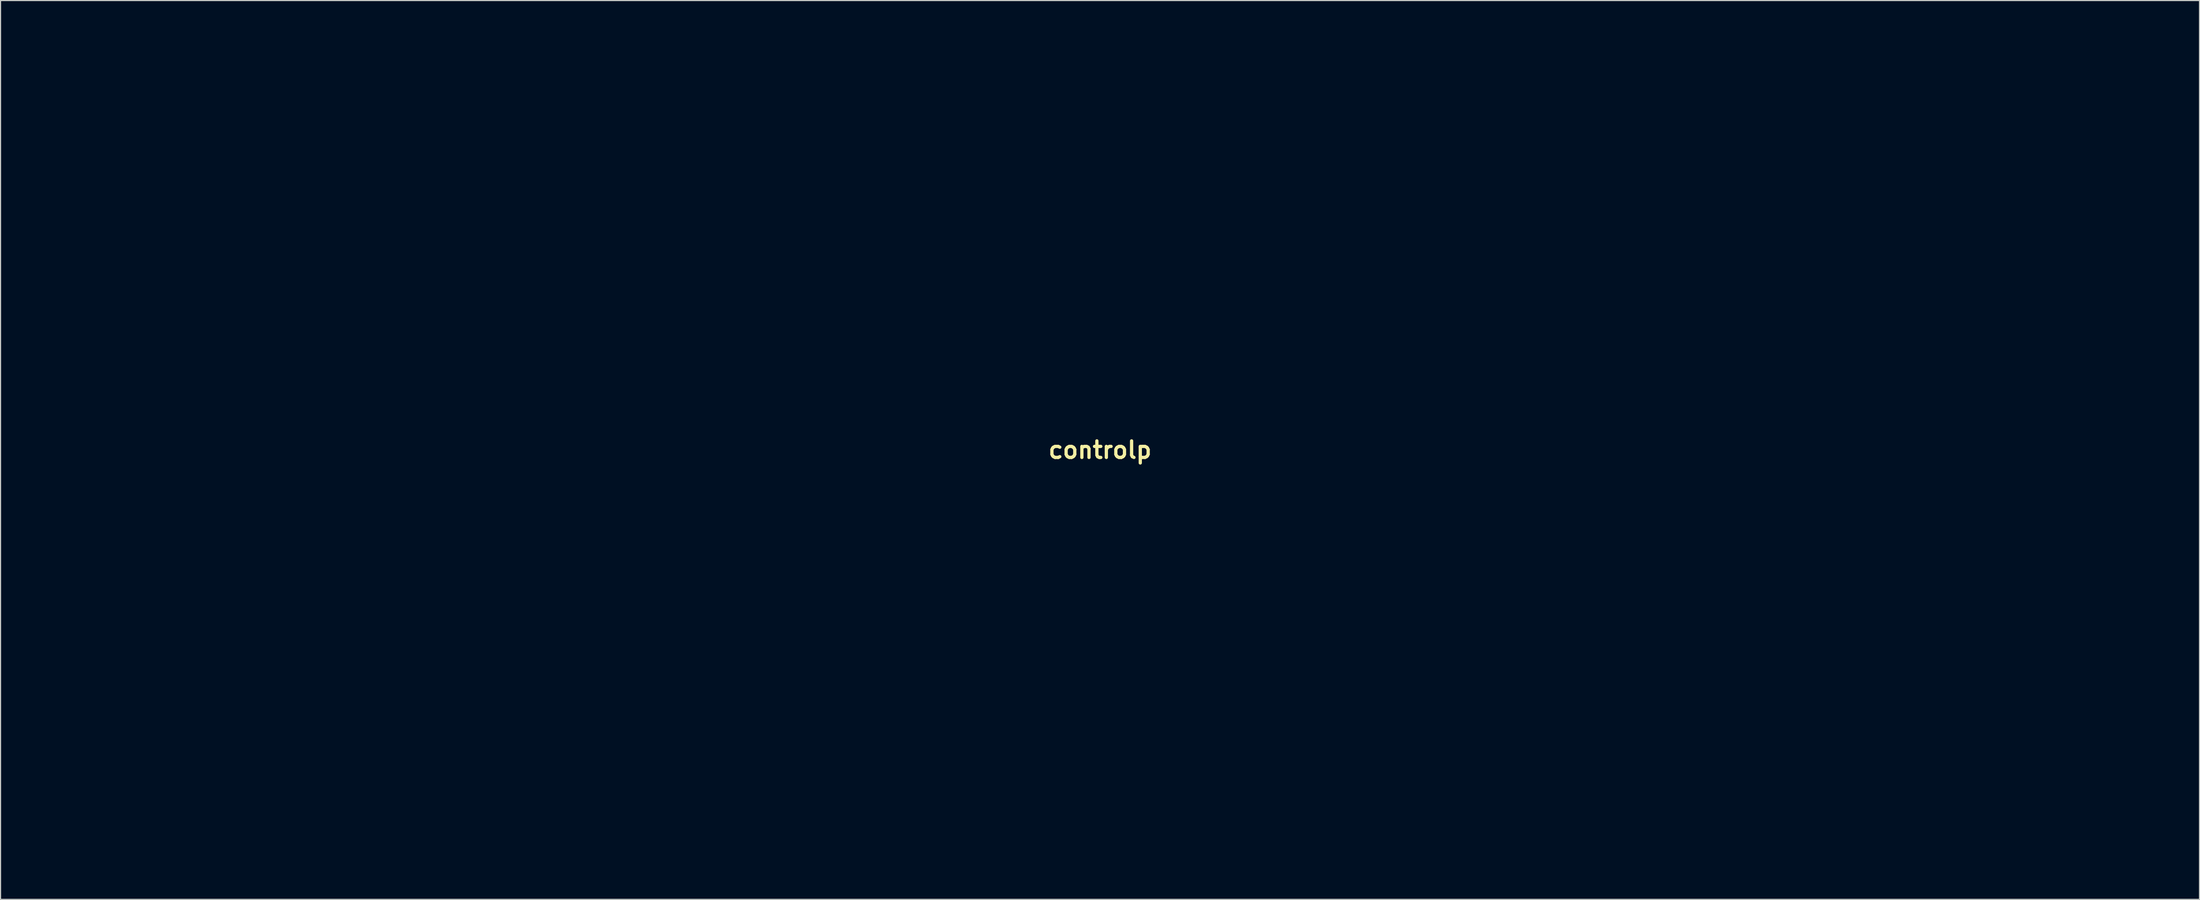
<source format=kicad_pcb>
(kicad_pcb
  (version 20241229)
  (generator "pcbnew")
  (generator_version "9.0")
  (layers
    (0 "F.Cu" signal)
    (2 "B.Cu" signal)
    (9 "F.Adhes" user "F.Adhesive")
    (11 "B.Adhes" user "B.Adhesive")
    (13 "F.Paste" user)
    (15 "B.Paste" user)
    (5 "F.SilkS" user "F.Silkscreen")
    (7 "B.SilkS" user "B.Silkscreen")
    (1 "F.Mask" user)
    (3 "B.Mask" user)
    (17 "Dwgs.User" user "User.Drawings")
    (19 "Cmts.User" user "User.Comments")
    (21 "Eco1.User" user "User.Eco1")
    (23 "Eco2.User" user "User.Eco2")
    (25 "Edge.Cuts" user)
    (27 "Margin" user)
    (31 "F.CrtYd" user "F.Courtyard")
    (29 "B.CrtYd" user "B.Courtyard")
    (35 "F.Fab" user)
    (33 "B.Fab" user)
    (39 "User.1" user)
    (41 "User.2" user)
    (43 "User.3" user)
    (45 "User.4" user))
  (footprint "controlp"
    (layer "F.Cu")
    (at 98.134 38.38)
    (property "Reference" "controlp" (at 0 0 0) (layer "F.SilkS") (effects (font (size 1.524 1.524) (thickness 0.3))))
    (attr through_hole)
    (fp_poly (pts (xy 98.129 38.375) (xy -98.129 38.375) (xy -98.129 28.755) (xy -73.233 28.755) (xy -73.231 28.81) (xy -73.222 28.866) (xy -73.21 28.948) (xy -73.197 29.039) (xy -73.195 29.051) (xy -73.168 29.216) (xy -73.14 29.344) (xy -73.111 29.432) (xy -73.02 29.628) (xy -72.934 29.793) (xy -72.844 29.933) (xy -72.746 30.06) (xy -72.634 30.182) (xy -72.608 30.209) (xy -72.529 30.282) (xy -72.441 30.356) (xy -72.35 30.427) (xy -72.264 30.488) (xy -72.192 30.535) (xy -72.139 30.561) (xy -72.122 30.565) (xy -72.093 30.576) (xy -72.09 30.581) (xy -72.066 30.6) (xy -72.011 30.627) (xy -71.937 30.658) (xy -71.853 30.689) (xy -71.769 30.716) (xy -71.697 30.735) (xy -71.692 30.736) (xy -71.618 30.753) (xy -71.557 30.77) (xy -71.533 30.778) (xy -71.476 30.792) (xy -71.388 30.802) (xy -71.279 30.807) (xy -71.158 30.808) (xy -71.038 30.805) (xy -70.927 30.798) (xy -70.838 30.786) (xy -70.792 30.776) (xy -70.737 30.76) (xy -70.66 30.74) (xy -70.591 30.723) (xy -70.397 30.662) (xy -70.22 30.581) (xy -70.175 30.556) (xy -70.114 30.523) (xy -70.096 30.513) (xy -70.027 30.469) (xy -69.938 30.402) (xy -69.841 30.321) (xy -69.744 30.234) (xy -69.658 30.149) (xy -69.619 30.108) (xy -69.503 29.963) (xy -69.396 29.8) (xy -69.311 29.64) (xy -69.309 29.635) (xy -69.278 29.566) (xy -69.251 29.51) (xy -69.238 29.484) (xy -69.224 29.446) (xy -69.206 29.383) (xy -69.192 29.325) (xy -69.175 29.256) (xy -69.156 29.205) (xy -69.144 29.186) (xy -69.135 29.159) (xy -69.127 29.099) (xy -69.121 29.013) (xy -69.116 28.911) (xy -69.114 28.8) (xy -69.113 28.689) (xy -69.114 28.653) (xy 4.177 28.653) (xy 4.18 28.751) (xy 4.188 28.829) (xy 4.188 28.829) (xy 4.25 29.132) (xy 4.344 29.408) (xy 4.471 29.658) (xy 4.631 29.886) (xy 4.775 30.045) (xy 4.838 30.106) (xy 4.891 30.157) (xy 4.927 30.189) (xy 4.934 30.195) (xy 4.966 30.218) (xy 5.02 30.257) (xy 5.072 30.295) (xy 5.132 30.336) (xy 5.18 30.365) (xy 5.203 30.374) (xy 5.23 30.387) (xy 5.232 30.39) (xy 5.256 30.41) (xy 5.309 30.439) (xy 5.379 30.473) (xy 5.457 30.506) (xy 5.529 30.533) (xy 5.567 30.544) (xy 5.629 30.563) (xy 5.674 30.581) (xy 5.684 30.587) (xy 5.727 30.604) (xy 5.804 30.619) (xy 5.907 30.631) (xy 6.029 30.64) (xy 6.161 30.645) (xy 6.296 30.645) (xy 6.425 30.642) (xy 6.541 30.634) (xy 6.593 30.628) (xy 6.674 30.614) (xy 6.743 30.6) (xy 6.784 30.587) (xy 6.828 30.57) (xy 6.894 30.547) (xy 6.941 30.531) (xy 7.025 30.499) (xy 7.119 30.456) (xy 7.178 30.424) (xy 7.242 30.388) (xy 7.292 30.362) (xy 7.317 30.353) (xy 7.344 30.339) (xy 7.395 30.303) (xy 7.463 30.249) (xy 7.538 30.186) (xy 7.615 30.117) (xy 7.686 30.051) (xy 7.726 30.01) (xy 7.817 29.913) (xy 7.892 29.82) (xy 7.959 29.725) (xy 8.022 29.618) (xy 8.087 29.491) (xy 8.159 29.334) (xy 8.178 29.293) (xy 8.222 29.16) (xy 8.255 28.997) (xy 8.275 28.812) (xy 8.283 28.617) (xy 8.281 28.555) (xy 81.582 28.555) (xy 81.585 28.664) (xy 81.59 28.766) (xy 81.597 28.853) (xy 81.606 28.916) (xy 81.615 28.942) (xy 81.628 28.975) (xy 81.645 29.035) (xy 81.66 29.104) (xy 81.688 29.206) (xy 81.735 29.33) (xy 81.794 29.461) (xy 81.86 29.589) (xy 81.927 29.699) (xy 81.951 29.733) (xy 82.097 29.908) (xy 82.26 30.072) (xy 82.433 30.215) (xy 82.607 30.33) (xy 82.709 30.384) (xy 82.79 30.422) (xy 82.861 30.456) (xy 82.909 30.479) (xy 82.919 30.484) (xy 82.957 30.498) (xy 83.025 30.517) (xy 83.11 30.537) (xy 83.149 30.545) (xy 83.233 30.563) (xy 83.302 30.58) (xy 83.343 30.593) (xy 83.351 30.596) (xy 83.379 30.603) (xy 83.441 30.606) (xy 83.529 30.605) (xy 83.634 30.601) (xy 83.747 30.595) (xy 83.86 30.587) (xy 83.966 30.576) (xy 84.054 30.565) (xy 84.105 30.556) (xy 84.252 30.515) (xy 84.408 30.458) (xy 84.561 30.39) (xy 84.695 30.317) (xy 84.765 30.27) (xy 84.82 30.232) (xy 84.86 30.205) (xy 84.892 30.179) (xy 84.946 30.13) (xy 85.014 30.066) (xy 85.088 29.993) (xy 85.161 29.92) (xy 85.226 29.854) (xy 85.273 29.802) (xy 85.293 29.779) (xy 85.343 29.705) (xy 85.4 29.609) (xy 85.457 29.505) (xy 85.505 29.409) (xy 85.535 29.339) (xy 85.561 29.268) (xy 85.585 29.21) (xy 85.597 29.185) (xy 85.611 29.147) (xy 85.627 29.081) (xy 85.641 29.005) (xy 85.657 28.918) (xy 85.674 28.837) (xy 85.686 28.785) (xy 85.696 28.721) (xy 85.698 28.629) (xy 85.695 28.516) (xy 85.686 28.392) (xy 85.673 28.267) (xy 85.657 28.148) (xy 85.639 28.046) (xy 85.619 27.97) (xy 85.601 27.931) (xy 85.585 27.898) (xy 85.565 27.841) (xy 85.558 27.817) (xy 85.502 27.674) (xy 85.411 27.511) (xy 85.375 27.456) (xy 85.332 27.39) (xy 85.295 27.331) (xy 85.283 27.309) (xy 85.257 27.274) (xy 85.21 27.221) (xy 85.148 27.155) (xy 85.078 27.084) (xy 85.007 27.015) (xy 84.942 26.954) (xy 84.89 26.908) (xy 84.857 26.884) (xy 84.851 26.882) (xy 84.821 26.87) (xy 84.775 26.841) (xy 84.764 26.833) (xy 84.711 26.799) (xy 84.627 26.753) (xy 84.521 26.7) (xy 84.402 26.643) (xy 84.317 26.604) (xy 84.218 26.57) (xy 84.089 26.541) (xy 83.942 26.517) (xy 83.788 26.501) (xy 83.639 26.493) (xy 83.508 26.495) (xy 83.47 26.499) (xy 83.37 26.512) (xy 83.263 26.53) (xy 83.159 26.55) (xy 83.068 26.571) (xy 83 26.59) (xy 82.963 26.605) (xy 82.963 26.606) (xy 82.93 26.622) (xy 82.875 26.643) (xy 82.857 26.649) (xy 82.737 26.699) (xy 82.602 26.773) (xy 82.464 26.864) (xy 82.35 26.951) (xy 82.13 27.158) (xy 81.949 27.38) (xy 81.804 27.62) (xy 81.693 27.882) (xy 81.615 28.169) (xy 81.593 28.289) (xy 81.586 28.359) (xy 81.583 28.45) (xy 81.582 28.555) (xy 8.281 28.555) (xy 8.278 28.421) (xy 8.26 28.234) (xy 8.229 28.067) (xy 8.202 27.972) (xy 8.102 27.734) (xy 7.973 27.502) (xy 7.822 27.291) (xy 7.722 27.176) (xy 7.584 27.047) (xy 7.426 26.925) (xy 7.258 26.817) (xy 7.091 26.729) (xy 6.935 26.668) (xy 6.908 26.66) (xy 6.835 26.638) (xy 6.775 26.618) (xy 6.748 26.606) (xy 6.714 26.596) (xy 6.647 26.584) (xy 6.559 26.571) (xy 6.476 26.561) (xy 6.336 26.549) (xy 6.211 26.546) (xy 6.079 26.553) (xy 5.995 26.561) (xy 5.896 26.573) (xy 5.812 26.585) (xy 5.752 26.596) (xy 5.727 26.604) (xy 5.696 26.617) (xy 5.637 26.637) (xy 5.562 26.658) (xy 5.562 26.658) (xy 5.491 26.679) (xy 5.44 26.697) (xy 5.419 26.709) (xy 5.419 26.709) (xy 5.401 26.724) (xy 5.355 26.748) (xy 5.318 26.764) (xy 5.207 26.819) (xy 5.081 26.899) (xy 4.951 26.995) (xy 4.827 27.1) (xy 4.746 27.178) (xy 4.657 27.281) (xy 4.564 27.408) (xy 4.477 27.543) (xy 4.406 27.671) (xy 4.394 27.697) (xy 4.357 27.777) (xy 4.324 27.845) (xy 4.303 27.89) (xy 4.298 27.899) (xy 4.285 27.936) (xy 4.268 28) (xy 4.255 28.057) (xy 4.238 28.131) (xy 4.221 28.192) (xy 4.211 28.219) (xy 4.199 28.263) (xy 4.189 28.339) (xy 4.182 28.436) (xy 4.178 28.544) (xy 4.177 28.653) (xy -69.114 28.653) (xy -69.115 28.587) (xy -69.119 28.501) (xy -69.126 28.441) (xy -69.127 28.437) (xy -69.153 28.315) (xy -69.179 28.206) (xy -69.203 28.116) (xy -69.222 28.054) (xy -69.235 28.025) (xy -69.236 28.025) (xy -69.251 27.999) (xy -69.271 27.949) (xy -69.278 27.929) (xy -69.308 27.854) (xy -69.348 27.778) (xy -69.355 27.766) (xy -69.386 27.713) (xy -69.404 27.674) (xy -69.406 27.665) (xy -69.418 27.644) (xy -69.422 27.644) (xy -69.441 27.627) (xy -69.469 27.585) (xy -69.477 27.572) (xy -69.511 27.524) (xy -69.569 27.456) (xy -69.643 27.375) (xy -69.727 27.291) (xy -69.812 27.209) (xy -69.89 27.138) (xy -69.955 27.086) (xy -69.966 27.077) (xy -70.017 27.04) (xy -70.051 27.012) (xy -70.058 27.003) (xy -70.082 26.988) (xy -70.085 26.988) (xy -70.114 26.977) (xy -70.163 26.951) (xy -70.184 26.938) (xy -70.257 26.898) (xy -70.336 26.865) (xy -70.347 26.861) (xy -70.407 26.839) (xy -70.45 26.819) (xy -70.457 26.814) (xy -70.509 26.788) (xy -70.595 26.764) (xy -70.707 26.742) (xy -70.836 26.724) (xy -70.974 26.711) (xy -71.111 26.704) (xy -71.162 26.703) (xy -71.323 26.708) (xy -71.482 26.723) (xy -71.63 26.744) (xy -71.757 26.772) (xy -71.854 26.804) (xy -71.873 26.813) (xy -71.912 26.832) (xy -71.975 26.863) (xy -72.051 26.899) (xy -72.062 26.904) (xy -72.144 26.946) (xy -72.22 26.988) (xy -72.274 27.022) (xy -72.276 27.024) (xy -72.324 27.055) (xy -72.361 27.072) (xy -72.365 27.072) (xy -72.392 27.087) (xy -72.44 27.127) (xy -72.504 27.186) (xy -72.577 27.257) (xy -72.652 27.334) (xy -72.724 27.411) (xy -72.786 27.481) (xy -72.832 27.538) (xy -72.846 27.559) (xy -72.935 27.706) (xy -73.004 27.832) (xy -73.052 27.932) (xy -73.068 27.975) (xy -73.089 28.032) (xy -73.107 28.072) (xy -73.111 28.078) (xy -73.123 28.109) (xy -73.14 28.179) (xy -73.163 28.289) (xy -73.191 28.439) (xy -73.216 28.587) (xy -73.228 28.674) (xy -73.233 28.755) (xy -98.129 28.755) (xy -98.129 10.218) (xy -89.852 10.218) (xy -89.851 10.293) (xy -89.846 10.357) (xy -89.838 10.398) (xy -89.835 10.404) (xy -89.816 10.436) (xy -89.792 10.489) (xy -89.788 10.499) (xy -89.741 10.578) (xy -89.67 10.659) (xy -89.587 10.729) (xy -89.506 10.774) (xy -89.494 10.779) (xy -89.441 10.798) (xy -89.411 10.816) (xy -89.408 10.821) (xy -89.389 10.83) (xy -89.341 10.835) (xy -89.275 10.837) (xy -89.206 10.835) (xy -89.146 10.83) (xy -89.106 10.822) (xy -89.1 10.819) (xy -89.068 10.8) (xy -89.014 10.779) (xy -89.005 10.776) (xy -88.933 10.738) (xy -88.854 10.672) (xy -88.779 10.589) (xy -88.717 10.498) (xy -88.709 10.483) (xy -88.686 10.431) (xy -88.673 10.379) (xy -88.668 10.313) (xy -88.67 10.22) (xy -88.671 10.208) (xy -88.676 10.113) (xy 88.298 10.113) (xy 88.3 10.207) (xy 88.308 10.273) (xy 88.32 10.303) (xy 88.32 10.304) (xy 88.345 10.335) (xy 88.358 10.365) (xy 88.393 10.432) (xy 88.453 10.508) (xy 88.525 10.578) (xy 88.586 10.622) (xy 88.713 10.675) (xy 88.856 10.697) (xy 89.003 10.687) (xy 89.141 10.646) (xy 89.15 10.642) (xy 89.276 10.561) (xy 89.385 10.447) (xy 89.43 10.382) (xy 89.455 10.335) (xy 89.471 10.286) (xy 89.478 10.224) (xy 89.481 10.136) (xy 89.481 10.107) (xy 89.479 10.011) (xy 89.473 9.944) (xy 89.459 9.892) (xy 89.436 9.841) (xy 89.421 9.816) (xy 89.343 9.712) (xy 89.245 9.623) (xy 89.14 9.56) (xy 89.104 9.546) (xy 89.02 9.53) (xy 88.918 9.525) (xy 88.811 9.53) (xy 88.712 9.545) (xy 88.634 9.569) (xy 88.604 9.585) (xy 88.558 9.615) (xy 88.525 9.63) (xy 88.522 9.631) (xy 88.496 9.648) (xy 88.455 9.696) (xy 88.404 9.767) (xy 88.35 9.853) (xy 88.323 9.905) (xy 88.307 9.961) (xy 88.3 10.033) (xy 88.298 10.113) (xy -88.676 10.113) (xy -88.676 10.112) (xy -88.686 10.046) (xy -88.703 9.994) (xy -88.731 9.944) (xy -88.742 9.927) (xy -88.785 9.862) (xy -88.821 9.816) (xy -88.858 9.781) (xy -88.906 9.748) (xy -88.976 9.709) (xy -89.038 9.676) (xy -89.11 9.654) (xy -89.207 9.643) (xy -89.314 9.645) (xy -89.417 9.658) (xy -89.499 9.683) (xy -89.503 9.685) (xy -89.573 9.728) (xy -89.648 9.789) (xy -89.717 9.86) (xy -89.772 9.929) (xy -89.802 9.986) (xy -89.803 9.994) (xy -89.818 10.041) (xy -89.834 10.066) (xy -89.844 10.092) (xy -89.85 10.147) (xy -89.852 10.218) (xy -98.129 10.218) (xy -98.129 6.297) (xy -89.853 6.297) (xy -89.85 6.374) (xy -89.844 6.434) (xy -89.834 6.464) (xy -89.833 6.465) (xy -89.815 6.493) (xy -89.8 6.538) (xy -89.762 6.625) (xy -89.689 6.71) (xy -89.591 6.787) (xy -89.474 6.851) (xy -89.387 6.882) (xy -89.339 6.889) (xy -89.27 6.891) (xy -89.193 6.888) (xy -89.122 6.882) (xy -89.07 6.872) (xy -89.05 6.863) (xy -89.023 6.843) (xy -88.976 6.82) (xy -88.974 6.819) (xy -88.927 6.793) (xy -88.872 6.754) (xy -88.821 6.712) (xy -88.784 6.675) (xy -88.773 6.655) (xy -88.762 6.631) (xy -88.734 6.588) (xy -88.725 6.576) (xy -88.703 6.54) (xy -88.689 6.501) (xy -88.682 6.447) (xy -88.678 6.37) (xy -88.678 6.315) (xy -85.08 6.315) (xy -85.076 6.512) (xy -85.043 6.72) (xy -85.028 6.783) (xy -85.014 6.826) (xy -85.008 6.837) (xy -84.992 6.86) (xy -84.964 6.91) (xy -84.931 6.974) (xy -84.846 7.109) (xy -84.73 7.241) (xy -84.596 7.357) (xy -84.454 7.448) (xy -84.435 7.458) (xy -84.358 7.494) (xy -84.292 7.521) (xy -84.25 7.535) (xy -84.244 7.535) (xy -84.201 7.547) (xy -84.189 7.555) (xy -84.143 7.575) (xy -84.056 7.587) (xy -83.927 7.591) (xy -83.841 7.589) (xy -83.693 7.576) (xy -83.555 7.544) (xy -83.492 7.524) (xy -83.414 7.495) (xy -83.352 7.47) (xy -83.316 7.454) (xy -83.312 7.451) (xy -83.289 7.433) (xy -83.243 7.403) (xy -83.223 7.39) (xy -83.149 7.334) (xy -83.063 7.252) (xy -82.975 7.156) (xy -82.896 7.056) (xy -82.834 6.964) (xy -82.814 6.927) (xy -82.75 6.761) (xy -82.707 6.581) (xy -82.699 6.486) (xy -55.943 6.486) (xy -55.934 6.645) (xy -55.925 6.707) (xy -55.883 6.849) (xy -55.818 6.996) (xy -55.739 7.128) (xy -55.713 7.163) (xy -55.675 7.213) (xy -55.651 7.25) (xy -55.647 7.26) (xy -55.632 7.279) (xy -55.59 7.316) (xy -55.532 7.364) (xy -55.518 7.375) (xy -55.398 7.458) (xy -55.268 7.529) (xy -55.143 7.583) (xy -55.044 7.61) (xy -54.982 7.624) (xy -54.934 7.64) (xy -54.928 7.643) (xy -54.891 7.653) (xy -54.828 7.659) (xy -54.754 7.661) (xy -54.68 7.66) (xy -54.619 7.655) (xy -54.583 7.647) (xy -54.58 7.644) (xy -54.554 7.631) (xy -54.501 7.617) (xy -54.473 7.613) (xy -54.341 7.579) (xy -54.199 7.515) (xy -54.057 7.426) (xy -53.929 7.321) (xy -53.91 7.302) (xy -53.766 7.133) (xy -53.662 6.951) (xy -53.595 6.754) (xy -53.566 6.536) (xy -53.564 6.456) (xy -53.575 6.3) (xy -4.486 6.3) (xy -4.483 6.424) (xy -4.474 6.53) (xy -4.465 6.583) (xy -4.412 6.74) (xy -4.327 6.895) (xy -4.217 7.042) (xy -4.087 7.174) (xy -3.945 7.285) (xy -3.796 7.368) (xy -3.648 7.416) (xy -3.624 7.421) (xy -3.566 7.433) (xy -3.528 7.448) (xy -3.523 7.453) (xy -3.497 7.462) (xy -3.44 7.468) (xy -3.365 7.471) (xy -3.282 7.471) (xy -3.203 7.468) (xy -3.14 7.462) (xy -3.105 7.454) (xy -3.101 7.451) (xy -3.071 7.433) (xy -3.041 7.429) (xy -2.961 7.415) (xy -2.859 7.378) (xy -2.743 7.321) (xy -2.629 7.253) (xy -2.47 7.123) (xy -2.334 6.959) (xy -2.223 6.762) (xy -2.201 6.712) (xy -2.138 6.511) (xy -2.116 6.303) (xy -2.13 6.094) (xy -2.138 6.065) (xy 24.512 6.065) (xy 24.52 6.203) (xy 24.548 6.356) (xy 24.594 6.512) (xy 24.656 6.661) (xy 24.732 6.794) (xy 24.751 6.822) (xy 24.848 6.936) (xy 24.965 7.043) (xy 25.089 7.134) (xy 25.208 7.198) (xy 25.231 7.207) (xy 25.297 7.233) (xy 25.353 7.254) (xy 25.368 7.261) (xy 25.418 7.281) (xy 25.442 7.29) (xy 25.475 7.294) (xy 25.54 7.296) (xy 25.63 7.297) (xy 25.734 7.296) (xy 25.749 7.295) (xy 25.888 7.291) (xy 25.991 7.282) (xy 26.063 7.269) (xy 26.099 7.256) (xy 26.163 7.227) (xy 26.222 7.201) (xy 26.226 7.199) (xy 26.323 7.146) (xy 26.429 7.073) (xy 26.533 6.988) (xy 26.624 6.9) (xy 26.694 6.818) (xy 26.719 6.776) (xy 26.751 6.715) (xy 26.782 6.657) (xy 26.825 6.571) (xy 26.855 6.496) (xy 26.875 6.423) (xy 26.886 6.339) (xy 26.886 6.334) (xy 69.882 6.334) (xy 69.883 6.436) (xy 69.887 6.523) (xy 69.893 6.587) (xy 69.902 6.619) (xy 69.903 6.621) (xy 69.923 6.649) (xy 69.946 6.701) (xy 69.953 6.72) (xy 70.021 6.867) (xy 70.122 7.011) (xy 70.248 7.145) (xy 70.391 7.26) (xy 70.542 7.35) (xy 70.665 7.398) (xy 70.74 7.42) (xy 70.803 7.441) (xy 70.834 7.452) (xy 70.885 7.462) (xy 70.966 7.466) (xy 71.065 7.464) (xy 71.171 7.457) (xy 71.272 7.445) (xy 71.358 7.429) (xy 71.379 7.423) (xy 71.582 7.346) (xy 71.76 7.238) (xy 71.904 7.112) (xy 72.017 6.981) (xy 72.11 6.838) (xy 72.178 6.692) (xy 72.212 6.562) (xy 72.225 6.498) (xy 72.241 6.451) (xy 72.246 6.441) (xy 72.256 6.406) (xy 72.259 6.339) (xy 72.255 6.252) (xy 72.25 6.192) (xy 88.294 6.192) (xy 88.319 6.334) (xy 88.376 6.467) (xy 88.464 6.58) (xy 88.473 6.588) (xy 88.534 6.643) (xy 88.581 6.678) (xy 88.628 6.701) (xy 88.66 6.712) (xy 88.717 6.734) (xy 88.756 6.753) (xy 88.761 6.756) (xy 88.792 6.766) (xy 88.846 6.772) (xy 88.91 6.773) (xy 88.971 6.77) (xy 89.014 6.763) (xy 89.027 6.755) (xy 89.045 6.738) (xy 89.091 6.724) (xy 89.099 6.722) (xy 89.198 6.684) (xy 89.294 6.611) (xy 89.379 6.509) (xy 89.43 6.423) (xy 89.466 6.344) (xy 89.485 6.283) (xy 89.492 6.221) (xy 89.489 6.138) (xy 89.488 6.129) (xy 89.48 6.04) (xy 89.463 5.973) (xy 89.433 5.91) (xy 89.398 5.855) (xy 89.291 5.728) (xy 89.164 5.637) (xy 89.021 5.585) (xy 88.864 5.571) (xy 88.75 5.586) (xy 88.641 5.627) (xy 88.531 5.7) (xy 88.433 5.795) (xy 88.356 5.904) (xy 88.349 5.917) (xy 88.304 6.05) (xy 88.294 6.192) (xy 72.25 6.192) (xy 72.247 6.155) (xy 72.234 6.058) (xy 72.222 5.992) (xy 72.197 5.908) (xy 72.161 5.813) (xy 72.132 5.748) (xy 72.088 5.666) (xy 72.043 5.595) (xy 71.987 5.52) (xy 71.918 5.438) (xy 71.862 5.384) (xy 71.782 5.322) (xy 71.691 5.26) (xy 71.601 5.207) (xy 71.527 5.171) (xy 71.512 5.166) (xy 71.444 5.143) (xy 71.385 5.12) (xy 71.376 5.116) (xy 71.331 5.104) (xy 71.25 5.096) (xy 71.141 5.091) (xy 71.059 5.091) (xy 70.938 5.092) (xy 70.849 5.096) (xy 70.781 5.105) (xy 70.721 5.12) (xy 70.671 5.138) (xy 70.46 5.238) (xy 70.28 5.365) (xy 70.132 5.514) (xy 70.02 5.684) (xy 69.999 5.726) (xy 69.962 5.805) (xy 69.93 5.875) (xy 69.908 5.922) (xy 69.906 5.925) (xy 69.897 5.964) (xy 69.89 6.033) (xy 69.885 6.124) (xy 69.882 6.228) (xy 69.882 6.334) (xy 26.886 6.334) (xy 26.891 6.234) (xy 26.892 6.107) (xy 26.892 5.985) (xy 26.889 5.896) (xy 26.883 5.831) (xy 26.872 5.781) (xy 26.857 5.737) (xy 26.845 5.71) (xy 26.818 5.65) (xy 26.8 5.605) (xy 26.797 5.592) (xy 26.785 5.562) (xy 26.752 5.51) (xy 26.707 5.444) (xy 26.655 5.375) (xy 26.604 5.312) (xy 26.561 5.265) (xy 26.557 5.261) (xy 26.444 5.168) (xy 26.312 5.081) (xy 26.203 5.022) (xy 26.091 4.98) (xy 25.962 4.947) (xy 25.828 4.925) (xy 25.701 4.915) (xy 25.595 4.919) (xy 25.549 4.928) (xy 25.479 4.947) (xy 25.398 4.968) (xy 25.379 4.973) (xy 25.2 5.039) (xy 25.03 5.14) (xy 24.876 5.27) (xy 24.745 5.423) (xy 24.643 5.592) (xy 24.576 5.771) (xy 24.574 5.779) (xy 24.554 5.857) (xy 24.533 5.933) (xy 24.528 5.949) (xy 24.512 6.065) (xy -2.138 6.065) (xy -2.182 5.889) (xy -2.269 5.694) (xy -2.39 5.514) (xy -2.481 5.414) (xy -2.546 5.352) (xy -2.6 5.304) (xy -2.636 5.275) (xy -2.646 5.271) (xy -2.674 5.259) (xy -2.721 5.232) (xy -2.743 5.218) (xy -2.798 5.185) (xy -2.844 5.166) (xy -2.855 5.165) (xy -2.897 5.155) (xy -2.95 5.131) (xy -2.953 5.13) (xy -3.006 5.111) (xy -3.09 5.097) (xy -3.21 5.088) (xy -3.26 5.085) (xy -3.368 5.082) (xy -3.448 5.083) (xy -3.513 5.089) (xy -3.577 5.104) (xy -3.652 5.128) (xy -3.688 5.14) (xy -3.825 5.194) (xy -3.938 5.253) (xy -4.04 5.328) (xy -4.145 5.427) (xy -4.186 5.47) (xy -4.315 5.632) (xy -4.409 5.802) (xy -4.464 5.968) (xy -4.477 6.057) (xy -4.484 6.173) (xy -4.486 6.3) (xy -53.575 6.3) (xy -53.579 6.245) (xy -53.624 6.056) (xy -53.703 5.88) (xy -53.769 5.774) (xy -53.816 5.715) (xy -53.881 5.643) (xy -53.954 5.571) (xy -54.024 5.507) (xy -54.079 5.465) (xy -54.083 5.462) (xy -54.159 5.419) (xy -54.237 5.38) (xy -54.306 5.35) (xy -54.353 5.335) (xy -54.36 5.335) (xy -54.395 5.32) (xy -54.404 5.308) (xy -54.427 5.297) (xy -54.484 5.289) (xy -54.566 5.284) (xy -54.664 5.281) (xy -54.77 5.28) (xy -54.874 5.282) (xy -54.969 5.287) (xy -55.044 5.294) (xy -55.093 5.303) (xy -55.099 5.306) (xy -55.149 5.328) (xy -55.218 5.356) (xy -55.25 5.369) (xy -55.307 5.394) (xy -55.344 5.416) (xy -55.351 5.424) (xy -55.368 5.438) (xy -55.382 5.44) (xy -55.413 5.454) (xy -55.464 5.493) (xy -55.527 5.548) (xy -55.595 5.612) (xy -55.659 5.678) (xy -55.711 5.738) (xy -55.744 5.783) (xy -55.747 5.788) (xy -55.773 5.835) (xy -55.793 5.862) (xy -55.794 5.863) (xy -55.809 5.887) (xy -55.833 5.939) (xy -55.864 6.01) (xy -55.868 6.022) (xy -55.909 6.158) (xy -55.935 6.318) (xy -55.943 6.486) (xy -82.699 6.486) (xy -82.692 6.407) (xy -82.692 6.403) (xy -82.713 6.177) (xy -82.772 5.967) (xy -82.867 5.775) (xy -82.996 5.604) (xy -83.156 5.457) (xy -83.347 5.336) (xy -83.565 5.244) (xy -83.587 5.237) (xy -83.656 5.222) (xy -83.746 5.211) (xy -83.847 5.204) (xy -83.948 5.202) (xy -84.038 5.204) (xy -84.107 5.211) (xy -84.144 5.224) (xy -84.181 5.241) (xy -84.237 5.256) (xy -84.243 5.257) (xy -84.308 5.277) (xy -84.393 5.314) (xy -84.483 5.358) (xy -84.562 5.404) (xy -84.606 5.435) (xy -84.671 5.493) (xy -84.741 5.562) (xy -84.807 5.632) (xy -84.86 5.693) (xy -84.888 5.733) (xy -84.987 5.935) (xy -85.05 6.126) (xy -85.08 6.315) (xy -88.678 6.315) (xy -88.678 6.291) (xy -88.68 6.181) (xy -88.687 6.104) (xy -88.697 6.063) (xy -88.701 6.058) (xy -88.727 6.027) (xy -88.738 6) (xy -88.767 5.951) (xy -88.822 5.89) (xy -88.893 5.827) (xy -88.968 5.773) (xy -88.995 5.756) (xy -89.094 5.719) (xy -89.218 5.699) (xy -89.22 5.699) (xy -89.306 5.696) (xy -89.374 5.704) (xy -89.446 5.728) (xy -89.489 5.747) (xy -89.593 5.805) (xy -89.684 5.879) (xy -89.755 5.96) (xy -89.796 6.038) (xy -89.799 6.05) (xy -89.815 6.1) (xy -89.833 6.128) (xy -89.833 6.129) (xy -89.842 6.154) (xy -89.849 6.211) (xy -89.852 6.286) (xy -89.853 6.297) (xy -98.129 6.297) (xy -98.129 2.414) (xy -89.856 2.414) (xy -89.843 2.561) (xy -89.802 2.679) (xy -89.762 2.746) (xy -89.707 2.816) (xy -89.646 2.881) (xy -89.587 2.932) (xy -89.54 2.96) (xy -89.525 2.963) (xy -89.496 2.974) (xy -89.493 2.983) (xy -89.48 3) (xy -89.437 3.012) (xy -89.362 3.02) (xy -89.249 3.024) (xy -89.151 3.022) (xy -89.077 3.008) (xy -89.016 2.982) (xy -88.92 2.919) (xy -88.826 2.833) (xy -88.748 2.741) (xy -88.709 2.677) (xy -88.678 2.576) (xy -88.666 2.455) (xy -88.673 2.329) (xy -88.699 2.216) (xy -88.711 2.187) (xy -88.756 2.112) (xy -88.818 2.034) (xy -88.888 1.965) (xy -88.955 1.913) (xy -89.003 1.891) (xy -89.055 1.874) (xy -89.086 1.857) (xy -89.127 1.843) (xy -89.196 1.837) (xy -89.279 1.838) (xy -89.362 1.846) (xy -89.431 1.86) (xy -89.461 1.871) (xy -89.51 1.894) (xy -89.542 1.905) (xy -89.544 1.905) (xy -89.564 1.911) (xy -89.595 1.935) (xy -89.645 1.981) (xy -89.673 2.008) (xy -89.769 2.131) (xy -89.831 2.268) (xy -89.856 2.414) (xy -98.129 2.414) (xy -98.129 1.303) (xy -79.099 1.303) (xy -79.097 1.447) (xy -79.09 1.58) (xy -79.077 1.684) (xy -79.054 1.778) (xy -79.021 1.877) (xy -79.003 1.922) (xy -78.975 1.985) (xy -78.956 2.033) (xy -78.952 2.051) (xy -78.94 2.074) (xy -78.907 2.123) (xy -78.86 2.191) (xy -78.808 2.261) (xy -78.686 2.406) (xy -78.545 2.54) (xy -78.393 2.658) (xy -78.238 2.753) (xy -78.089 2.82) (xy -77.982 2.849) (xy -77.925 2.862) (xy -77.886 2.877) (xy -77.883 2.88) (xy -77.849 2.894) (xy -77.794 2.906) (xy -77.787 2.907) (xy -77.727 2.912) (xy -77.642 2.913) (xy -77.544 2.912) (xy -77.442 2.909) (xy -77.345 2.904) (xy -77.264 2.897) (xy -77.208 2.89) (xy -77.189 2.883) (xy -77.152 2.866) (xy -77.094 2.851) (xy -77.085 2.849) (xy -76.999 2.823) (xy -76.893 2.777) (xy -76.777 2.716) (xy -76.664 2.646) (xy -76.564 2.574) (xy -76.544 2.557) (xy -76.354 2.371) (xy -76.201 2.168) (xy -76.084 1.945) (xy -76.029 1.799) (xy -76.009 1.734) (xy -75.995 1.673) (xy -75.986 1.608) (xy -75.981 1.529) (xy -75.978 1.426) (xy -75.978 1.386) (xy -49.982 1.386) (xy -49.965 1.617) (xy -49.915 1.837) (xy -49.827 2.059) (xy -49.813 2.089) (xy -49.764 2.184) (xy -49.718 2.26) (xy -49.666 2.331) (xy -49.599 2.406) (xy -49.509 2.498) (xy -49.403 2.601) (xy -49.314 2.678) (xy -49.231 2.738) (xy -49.147 2.787) (xy -49.064 2.826) (xy -49.004 2.854) (xy -48.953 2.88) (xy -48.949 2.882) (xy -48.882 2.907) (xy -48.782 2.927) (xy -48.658 2.942) (xy -48.519 2.952) (xy -48.376 2.956) (xy -48.236 2.953) (xy -48.11 2.944) (xy -48.006 2.928) (xy -47.974 2.92) (xy -47.824 2.865) (xy -47.663 2.785) (xy -47.509 2.691) (xy -47.377 2.592) (xy -47.352 2.569) (xy -47.247 2.461) (xy -47.146 2.336) (xy -47.055 2.204) (xy -46.982 2.077) (xy -46.935 1.967) (xy -46.912 1.9) (xy -46.891 1.848) (xy -46.881 1.829) (xy -46.871 1.799) (xy -46.859 1.737) (xy -46.846 1.654) (xy -46.838 1.593) (xy -46.83 1.478) (xy -46.828 1.353) (xy -46.833 1.226) (xy -46.834 1.211) (xy 1.47 1.211) (xy 1.472 1.319) (xy 1.475 1.418) (xy 1.481 1.498) (xy 1.489 1.552) (xy 1.495 1.568) (xy 1.515 1.61) (xy 1.531 1.666) (xy 1.558 1.758) (xy 1.605 1.868) (xy 1.666 1.985) (xy 1.733 2.094) (xy 1.799 2.182) (xy 1.799 2.182) (xy 1.835 2.226) (xy 1.871 2.276) (xy 1.903 2.311) (xy 1.959 2.36) (xy 2.028 2.417) (xy 2.103 2.474) (xy 2.175 2.525) (xy 2.234 2.563) (xy 2.272 2.581) (xy 2.277 2.582) (xy 2.307 2.593) (xy 2.311 2.598) (xy 2.337 2.62) (xy 2.393 2.65) (xy 2.468 2.682) (xy 2.551 2.712) (xy 2.632 2.736) (xy 2.656 2.742) (xy 2.77 2.759) (xy 2.91 2.768) (xy 3.063 2.77) (xy 3.215 2.765) (xy 3.35 2.752) (xy 3.418 2.74) (xy 3.498 2.719) (xy 3.592 2.685) (xy 3.693 2.643) (xy 3.789 2.598) (xy 3.873 2.553) (xy 3.935 2.514) (xy 3.965 2.485) (xy 3.995 2.459) (xy 4.009 2.455) (xy 4.036 2.44) (xy 4.081 2.397) (xy 4.14 2.335) (xy 4.207 2.26) (xy 4.276 2.18) (xy 4.339 2.101) (xy 4.393 2.031) (xy 4.43 1.976) (xy 4.445 1.943) (xy 4.445 1.943) (xy 4.453 1.917) (xy 4.474 1.865) (xy 4.496 1.816) (xy 4.528 1.732) (xy 4.554 1.643) (xy 4.562 1.603) (xy 4.574 1.542) (xy 4.589 1.5) (xy 4.596 1.491) (xy 4.603 1.466) (xy 4.608 1.409) (xy 4.612 1.328) (xy 4.614 1.235) (xy 4.614 1.137) (xy 4.612 1.045) (xy 4.61 1.008) (xy 30.491 1.008) (xy 30.492 1.115) (xy 30.495 1.215) (xy 30.501 1.3) (xy 30.51 1.359) (xy 30.516 1.378) (xy 30.535 1.427) (xy 30.559 1.498) (xy 30.574 1.548) (xy 30.638 1.718) (xy 30.736 1.892) (xy 30.86 2.059) (xy 31.002 2.211) (xy 31.156 2.338) (xy 31.192 2.362) (xy 31.339 2.452) (xy 31.474 2.52) (xy 31.611 2.57) (xy 31.76 2.605) (xy 31.933 2.631) (xy 32.046 2.643) (xy 32.081 2.642) (xy 32.146 2.636) (xy 32.229 2.628) (xy 32.267 2.624) (xy 32.354 2.612) (xy 32.425 2.6) (xy 32.47 2.589) (xy 32.479 2.585) (xy 32.515 2.567) (xy 32.565 2.552) (xy 32.639 2.527) (xy 32.734 2.487) (xy 32.834 2.437) (xy 32.925 2.385) (xy 32.993 2.34) (xy 32.998 2.336) (xy 33.052 2.288) (xy 33.12 2.222) (xy 33.193 2.15) (xy 33.26 2.081) (xy 33.31 2.026) (xy 33.32 2.014) (xy 33.422 1.864) (xy 33.508 1.698) (xy 33.569 1.532) (xy 33.592 1.439) (xy 33.608 1.362) (xy 33.624 1.299) (xy 33.636 1.265) (xy 33.645 1.228) (xy 33.651 1.16) (xy 33.651 1.158) (xy 75.842 1.158) (xy 75.844 1.317) (xy 75.855 1.465) (xy 75.871 1.573) (xy 75.911 1.706) (xy 75.974 1.854) (xy 76.052 2.004) (xy 76.139 2.142) (xy 76.214 2.237) (xy 76.269 2.295) (xy 76.34 2.361) (xy 76.42 2.431) (xy 76.501 2.498) (xy 76.577 2.557) (xy 76.639 2.6) (xy 76.68 2.623) (xy 76.688 2.625) (xy 76.718 2.633) (xy 76.771 2.655) (xy 76.806 2.67) (xy 76.886 2.702) (xy 76.979 2.731) (xy 77.022 2.742) (xy 77.115 2.756) (xy 77.236 2.765) (xy 77.373 2.77) (xy 77.512 2.769) (xy 77.64 2.763) (xy 77.743 2.752) (xy 77.757 2.75) (xy 77.838 2.732) (xy 77.911 2.711) (xy 77.946 2.698) (xy 78.042 2.655) (xy 78.108 2.624) (xy 78.152 2.603) (xy 78.182 2.587) (xy 78.2 2.576) (xy 78.415 2.422) (xy 78.531 2.307) (xy 88.297 2.307) (xy 88.316 2.46) (xy 88.369 2.597) (xy 88.451 2.713) (xy 88.557 2.805) (xy 88.681 2.869) (xy 88.818 2.903) (xy 88.962 2.903) (xy 89.107 2.865) (xy 89.15 2.846) (xy 89.265 2.771) (xy 89.366 2.67) (xy 89.44 2.556) (xy 89.443 2.551) (xy 89.471 2.456) (xy 89.484 2.341) (xy 89.48 2.222) (xy 89.46 2.114) (xy 89.432 2.043) (xy 89.367 1.945) (xy 89.293 1.867) (xy 89.197 1.793) (xy 89.143 1.759) (xy 89.091 1.738) (xy 89.028 1.726) (xy 88.937 1.719) (xy 88.929 1.719) (xy 88.838 1.715) (xy 88.772 1.719) (xy 88.717 1.733) (xy 88.656 1.758) (xy 88.637 1.767) (xy 88.502 1.855) (xy 88.399 1.969) (xy 88.33 2.105) (xy 88.299 2.258) (xy 88.297 2.307) (xy 78.531 2.307) (xy 78.598 2.241) (xy 78.748 2.038) (xy 78.862 1.816) (xy 78.94 1.578) (xy 78.979 1.328) (xy 78.978 1.068) (xy 78.973 1.015) (xy 78.925 0.764) (xy 78.842 0.535) (xy 78.721 0.324) (xy 78.572 0.141) (xy 78.504 0.073) (xy 78.427 0.002) (xy 78.346 -0.068) (xy 78.27 -0.13) (xy 78.206 -0.178) (xy 78.16 -0.207) (xy 78.145 -0.212) (xy 78.117 -0.22) (xy 78.065 -0.241) (xy 78.016 -0.263) (xy 77.932 -0.295) (xy 77.843 -0.321) (xy 77.803 -0.329) (xy 77.742 -0.341) (xy 77.7 -0.355) (xy 77.691 -0.362) (xy 77.666 -0.37) (xy 77.608 -0.376) (xy 77.528 -0.379) (xy 77.435 -0.381) (xy 77.338 -0.38) (xy 77.248 -0.377) (xy 77.173 -0.372) (xy 77.125 -0.365) (xy 77.115 -0.362) (xy 77.074 -0.347) (xy 77.009 -0.328) (xy 76.967 -0.318) (xy 76.787 -0.257) (xy 76.603 -0.16) (xy 76.424 -0.029) (xy 76.254 0.131) (xy 76.234 0.152) (xy 76.131 0.282) (xy 76.036 0.432) (xy 75.955 0.592) (xy 75.894 0.748) (xy 75.864 0.87) (xy 75.848 1.004) (xy 75.842 1.158) (xy 33.651 1.158) (xy 33.655 1.076) (xy 33.655 1.048) (xy 33.653 0.96) (xy 33.647 0.886) (xy 33.639 0.838) (xy 33.636 0.831) (xy 33.622 0.791) (xy 33.606 0.725) (xy 33.593 0.663) (xy 33.56 0.54) (xy 33.505 0.399) (xy 33.433 0.253) (xy 33.395 0.186) (xy 33.35 0.122) (xy 33.285 0.046) (xy 33.207 -0.037) (xy 33.122 -0.12) (xy 33.036 -0.198) (xy 32.957 -0.264) (xy 32.891 -0.312) (xy 32.844 -0.337) (xy 32.833 -0.339) (xy 32.81 -0.351) (xy 32.808 -0.357) (xy 32.79 -0.372) (xy 32.742 -0.394) (xy 32.687 -0.413) (xy 32.618 -0.436) (xy 32.565 -0.456) (xy 32.544 -0.467) (xy 32.489 -0.49) (xy 32.402 -0.508) (xy 32.29 -0.52) (xy 32.162 -0.527) (xy 32.027 -0.527) (xy 31.894 -0.521) (xy 31.771 -0.509) (xy 31.667 -0.492) (xy 31.591 -0.468) (xy 31.548 -0.45) (xy 31.483 -0.423) (xy 31.438 -0.406) (xy 31.312 -0.346) (xy 31.185 -0.262) (xy 31.048 -0.148) (xy 30.98 -0.086) (xy 30.812 0.096) (xy 30.683 0.282) (xy 30.595 0.471) (xy 30.565 0.574) (xy 30.546 0.643) (xy 30.526 0.697) (xy 30.515 0.716) (xy 30.505 0.75) (xy 30.498 0.816) (xy 30.493 0.906) (xy 30.491 1.008) (xy 4.61 1.008) (xy 4.608 0.969) (xy 4.602 0.918) (xy 4.596 0.901) (xy 4.581 0.875) (xy 4.567 0.823) (xy 4.563 0.801) (xy 4.537 0.701) (xy 4.491 0.581) (xy 4.43 0.458) (xy 4.362 0.343) (xy 4.332 0.299) (xy 4.266 0.215) (xy 4.195 0.131) (xy 4.125 0.055) (xy 4.063 -0.007) (xy 4.015 -0.049) (xy 3.987 -0.064) (xy 3.961 -0.075) (xy 3.958 -0.084) (xy 3.94 -0.106) (xy 3.89 -0.14) (xy 3.816 -0.18) (xy 3.727 -0.223) (xy 3.631 -0.266) (xy 3.536 -0.303) (xy 3.45 -0.331) (xy 3.44 -0.334) (xy 3.339 -0.353) (xy 3.209 -0.365) (xy 3.064 -0.37) (xy 2.917 -0.367) (xy 2.781 -0.358) (xy 2.668 -0.342) (xy 2.635 -0.334) (xy 2.539 -0.301) (xy 2.423 -0.252) (xy 2.303 -0.193) (xy 2.193 -0.133) (xy 2.112 -0.081) (xy 2.054 -0.033) (xy 1.983 0.032) (xy 1.906 0.107) (xy 1.834 0.183) (xy 1.774 0.25) (xy 1.734 0.301) (xy 1.728 0.311) (xy 1.671 0.42) (xy 1.618 0.528) (xy 1.574 0.626) (xy 1.543 0.704) (xy 1.531 0.746) (xy 1.515 0.798) (xy 1.495 0.829) (xy 1.494 0.83) (xy 1.485 0.856) (xy 1.478 0.916) (xy 1.474 1.001) (xy 1.471 1.102) (xy 1.47 1.211) (xy -46.834 1.211) (xy -46.844 1.109) (xy -46.859 1.012) (xy -46.879 0.945) (xy -46.884 0.936) (xy -46.902 0.895) (xy -46.925 0.832) (xy -46.937 0.796) (xy -46.966 0.722) (xy -46.999 0.655) (xy -47.012 0.634) (xy -47.04 0.59) (xy -47.053 0.562) (xy -47.053 0.561) (xy -47.068 0.53) (xy -47.106 0.478) (xy -47.161 0.411) (xy -47.227 0.337) (xy -47.297 0.263) (xy -47.364 0.197) (xy -47.412 0.154) (xy -47.512 0.08) (xy -47.629 0.008) (xy -47.75 -0.056) (xy -47.864 -0.106) (xy -47.96 -0.136) (xy -47.974 -0.139) (xy -48.033 -0.152) (xy -48.075 -0.167) (xy -48.08 -0.171) (xy -48.11 -0.18) (xy -48.171 -0.19) (xy -48.252 -0.199) (xy -48.282 -0.201) (xy -48.529 -0.199) (xy -48.777 -0.157) (xy -49.017 -0.077) (xy -49.033 -0.07) (xy -49.099 -0.04) (xy -49.149 -0.014) (xy -49.17 0.000009) (xy -49.195 0.02) (xy -49.234 0.042) (xy -49.347 0.116) (xy -49.467 0.219) (xy -49.585 0.342) (xy -49.692 0.475) (xy -49.779 0.607) (xy -49.831 0.711) (xy -49.859 0.779) (xy -49.884 0.836) (xy -49.894 0.855) (xy -49.917 0.916) (xy -49.939 1.008) (xy -49.958 1.117) (xy -49.973 1.233) (xy -49.981 1.342) (xy -49.982 1.386) (xy -75.978 1.386) (xy -75.978 1.3) (xy -75.979 1.153) (xy -75.984 1.041) (xy -75.991 0.966) (xy -76.001 0.93) (xy -76.001 0.929) (xy -76.023 0.887) (xy -76.04 0.836) (xy -76.065 0.758) (xy -76.106 0.662) (xy -76.155 0.566) (xy -76.203 0.487) (xy -76.213 0.472) (xy -76.245 0.426) (xy -76.262 0.395) (xy -76.263 0.391) (xy -76.278 0.371) (xy -76.316 0.329) (xy -76.371 0.27) (xy -76.417 0.224) (xy -76.603 0.058) (xy -76.792 -0.069) (xy -76.989 -0.16) (xy -77.202 -0.218) (xy -77.333 -0.238) (xy -77.603 -0.249) (xy -77.858 -0.223) (xy -78.096 -0.157) (xy -78.316 -0.054) (xy -78.517 0.087) (xy -78.528 0.097) (xy -78.701 0.265) (xy -78.848 0.454) (xy -78.966 0.655) (xy -79.047 0.86) (xy -79.067 0.934) (xy -79.083 1.033) (xy -79.094 1.16) (xy -79.099 1.303) (xy -98.129 1.303) (xy -98.129 -1.31) (xy -89.852 -1.31) (xy -89.827 -1.174) (xy -89.767 -1.043) (xy -89.67 -0.922) (xy -89.668 -0.921) (xy -89.543 -0.827) (xy -89.402 -0.772) (xy -89.248 -0.755) (xy -89.084 -0.778) (xy -89.053 -0.787) (xy -88.961 -0.831) (xy -88.866 -0.904) (xy -88.781 -0.992) (xy -88.723 -1.082) (xy -88.683 -1.197) (xy -88.665 -1.325) (xy -88.67 -1.454) (xy -88.68 -1.497) (xy 88.295 -1.497) (xy 88.306 -1.355) (xy 88.352 -1.219) (xy 88.434 -1.094) (xy 88.489 -1.038) (xy 88.555 -0.99) (xy 88.638 -0.946) (xy 88.73 -0.91) (xy 88.82 -0.883) (xy 88.9 -0.868) (xy 88.961 -0.869) (xy 88.994 -0.886) (xy 89.02 -0.901) (xy 89.072 -0.915) (xy 89.091 -0.918) (xy 89.171 -0.948) (xy 89.257 -1.007) (xy 89.339 -1.088) (xy 89.409 -1.18) (xy 89.434 -1.224) (xy 89.475 -1.351) (xy 89.486 -1.491) (xy 89.468 -1.632) (xy 89.421 -1.756) (xy 89.371 -1.842) (xy 89.323 -1.902) (xy 89.264 -1.952) (xy 89.183 -2.003) (xy 89.128 -2.033) (xy 89.079 -2.051) (xy 89.021 -2.06) (xy 88.941 -2.063) (xy 88.889 -2.064) (xy 88.795 -2.063) (xy 88.731 -2.057) (xy 88.682 -2.045) (xy 88.635 -2.022) (xy 88.589 -1.994) (xy 88.466 -1.893) (xy 88.376 -1.772) (xy 88.319 -1.638) (xy 88.295 -1.497) (xy -88.68 -1.497) (xy -88.697 -1.567) (xy -88.712 -1.598) (xy -88.805 -1.736) (xy -88.92 -1.841) (xy -89.054 -1.912) (xy -89.201 -1.945) (xy -89.25 -1.947) (xy -89.404 -1.929) (xy -89.539 -1.877) (xy -89.653 -1.797) (xy -89.743 -1.695) (xy -89.808 -1.577) (xy -89.845 -1.446) (xy -89.852 -1.31) (xy -98.129 -1.31) (xy -98.129 -5.206) (xy -89.853 -5.206) (xy -89.85 -5.131) (xy -89.843 -5.075) (xy -89.833 -5.049) (xy -89.833 -5.049) (xy -89.815 -5.022) (xy -89.8 -4.974) (xy -89.763 -4.895) (xy -89.694 -4.814) (xy -89.6 -4.739) (xy -89.49 -4.677) (xy -89.376 -4.634) (xy -89.295 -4.624) (xy -89.195 -4.629) (xy -89.095 -4.647) (xy -89.022 -4.672) (xy -88.881 -4.76) (xy -88.769 -4.877) (xy -88.748 -4.905) (xy -88.714 -4.959) (xy -88.693 -5.008) (xy -88.68 -5.066) (xy -88.673 -5.147) (xy -88.671 -5.189) (xy -88.668 -5.284) (xy -88.671 -5.351) (xy -88.683 -5.405) (xy -88.705 -5.458) (xy -88.711 -5.471) (xy -88.75 -5.533) (xy -88.804 -5.601) (xy -88.865 -5.666) (xy -88.924 -5.719) (xy -88.972 -5.751) (xy -88.993 -5.757) (xy -89.025 -5.772) (xy -89.032 -5.782) (xy -89.056 -5.795) (xy -89.116 -5.807) (xy -89.202 -5.816) (xy -89.209 -5.816) (xy -89.301 -5.819) (xy -89.367 -5.815) (xy -89.424 -5.801) (xy -89.487 -5.775) (xy -89.494 -5.771) (xy -89.634 -5.684) (xy -89.741 -5.571) (xy -89.813 -5.434) (xy -89.849 -5.278) (xy -89.853 -5.206) (xy -98.129 -5.206) (xy -98.129 -6.551) (xy -72.369 -6.551) (xy -72.354 -6.342) (xy -72.308 -6.148) (xy -72.226 -5.953) (xy -72.225 -5.951) (xy -72.189 -5.892) (xy -72.135 -5.821) (xy -72.071 -5.746) (xy -72.004 -5.673) (xy -71.94 -5.61) (xy -71.887 -5.565) (xy -71.851 -5.546) (xy -71.848 -5.546) (xy -71.821 -5.535) (xy -71.819 -5.528) (xy -71.8 -5.507) (xy -71.749 -5.478) (xy -71.677 -5.446) (xy -71.592 -5.414) (xy -71.505 -5.386) (xy -71.423 -5.365) (xy -71.38 -5.357) (xy -71.191 -5.346) (xy -70.989 -5.359) (xy -70.85 -5.381) (xy -70.788 -5.396) (xy -70.748 -5.411) (xy -70.739 -5.418) (xy -70.721 -5.432) (xy -70.674 -5.454) (xy -70.629 -5.471) (xy -70.553 -5.511) (xy -70.463 -5.577) (xy -70.368 -5.66) (xy -70.276 -5.753) (xy -70.198 -5.845) (xy -70.144 -5.927) (xy -70.075 -6.063) (xy -70.029 -6.185) (xy -70.002 -6.307) (xy -69.991 -6.444) (xy -69.99 -6.477) (xy -43.233 -6.477) (xy -43.231 -6.362) (xy -43.226 -6.268) (xy -43.218 -6.205) (xy -43.21 -6.179) (xy -43.191 -6.141) (xy -43.169 -6.081) (xy -43.16 -6.054) (xy -43.124 -5.964) (xy -43.064 -5.859) (xy -42.988 -5.751) (xy -42.906 -5.654) (xy -42.875 -5.621) (xy -42.818 -5.572) (xy -42.747 -5.517) (xy -42.671 -5.463) (xy -42.601 -5.418) (xy -42.545 -5.387) (xy -42.515 -5.376) (xy -42.482 -5.367) (xy -42.432 -5.345) (xy -42.429 -5.343) (xy -42.329 -5.307) (xy -42.2 -5.284) (xy -42.054 -5.277) (xy -41.903 -5.285) (xy -41.846 -5.292) (xy -41.768 -5.306) (xy -41.702 -5.322) (xy -41.667 -5.333) (xy -41.619 -5.355) (xy 88.297 -5.355) (xy 88.305 -5.241) (xy 88.333 -5.144) (xy 88.346 -5.115) (xy 88.409 -5.011) (xy 88.491 -4.918) (xy 88.583 -4.845) (xy 88.671 -4.802) (xy 88.731 -4.783) (xy 88.774 -4.764) (xy 88.783 -4.759) (xy 88.82 -4.746) (xy 88.88 -4.742) (xy 88.945 -4.746) (xy 88.996 -4.758) (xy 89.001 -4.76) (xy 89.044 -4.778) (xy 89.106 -4.8) (xy 89.126 -4.806) (xy 89.226 -4.855) (xy 89.321 -4.937) (xy 89.403 -5.046) (xy 89.44 -5.115) (xy 89.472 -5.187) (xy 89.487 -5.248) (xy 89.491 -5.317) (xy 89.487 -5.386) (xy 89.458 -5.547) (xy 89.394 -5.684) (xy 89.294 -5.798) (xy 89.186 -5.876) (xy 89.13 -5.906) (xy 89.08 -5.924) (xy 89.023 -5.933) (xy 88.944 -5.937) (xy 88.888 -5.937) (xy 88.793 -5.936) (xy 88.728 -5.931) (xy 88.68 -5.919) (xy 88.636 -5.897) (xy 88.604 -5.876) (xy 88.468 -5.768) (xy 88.373 -5.646) (xy 88.316 -5.51) (xy 88.297 -5.357) (xy 88.297 -5.355) (xy -41.619 -5.355) (xy -41.618 -5.355) (xy -41.557 -5.383) (xy -41.55 -5.386) (xy -41.447 -5.436) (xy -41.353 -5.492) (xy -41.309 -5.525) (xy -41.255 -5.572) (xy -41.194 -5.631) (xy -41.135 -5.692) (xy -41.085 -5.748) (xy -41.051 -5.791) (xy -41.042 -5.809) (xy -41.031 -5.834) (xy -41.004 -5.879) (xy -40.989 -5.901) (xy -40.957 -5.956) (xy -40.938 -6) (xy -40.936 -6.011) (xy -40.926 -6.051) (xy -40.903 -6.104) (xy -40.901 -6.107) (xy -40.883 -6.159) (xy -40.869 -6.241) (xy -40.859 -6.358) (xy -40.857 -6.42) (xy -40.853 -6.531) (xy -40.853 -6.613) (xy -40.858 -6.657) (xy 8.215 -6.657) (xy 8.218 -6.547) (xy 8.226 -6.443) (xy 8.238 -6.354) (xy 8.252 -6.286) (xy 8.27 -6.249) (xy 8.279 -6.244) (xy 8.295 -6.227) (xy 8.297 -6.213) (xy 8.306 -6.173) (xy 8.327 -6.121) (xy 8.353 -6.071) (xy 8.377 -6.038) (xy 8.386 -6.032) (xy 8.401 -6.015) (xy 8.403 -6.002) (xy 8.417 -5.974) (xy 8.455 -5.926) (xy 8.511 -5.864) (xy 8.546 -5.827) (xy 8.662 -5.727) (xy 8.797 -5.634) (xy 8.939 -5.557) (xy 9.076 -5.502) (xy 9.146 -5.484) (xy 9.272 -5.468) (xy 9.417 -5.464) (xy 9.557 -5.472) (xy 9.633 -5.482) (xy 9.712 -5.501) (xy 9.783 -5.523) (xy 9.811 -5.534) (xy 9.874 -5.562) (xy 9.927 -5.584) (xy 9.996 -5.62) (xy 10.081 -5.679) (xy 10.171 -5.751) (xy 10.256 -5.828) (xy 10.323 -5.9) (xy 10.329 -5.908) (xy 10.424 -6.046) (xy 10.501 -6.195) (xy 10.553 -6.339) (xy 10.56 -6.37) (xy 10.575 -6.478) (xy 10.582 -6.609) (xy 10.581 -6.736) (xy 37.24 -6.736) (xy 37.264 -6.544) (xy 37.316 -6.37) (xy 37.329 -6.339) (xy 37.363 -6.275) (xy 37.409 -6.198) (xy 37.462 -6.118) (xy 37.514 -6.045) (xy 37.56 -5.987) (xy 37.592 -5.954) (xy 37.597 -5.951) (xy 37.622 -5.935) (xy 37.666 -5.9) (xy 37.703 -5.87) (xy 37.843 -5.773) (xy 38.004 -5.696) (xy 38.111 -5.661) (xy 38.213 -5.644) (xy 38.342 -5.635) (xy 38.482 -5.634) (xy 38.618 -5.642) (xy 38.735 -5.659) (xy 38.755 -5.663) (xy 38.827 -5.682) (xy 38.88 -5.699) (xy 38.904 -5.711) (xy 38.928 -5.729) (xy 38.975 -5.756) (xy 38.989 -5.763) (xy 39.073 -5.808) (xy 39.135 -5.847) (xy 39.191 -5.892) (xy 39.256 -5.955) (xy 39.265 -5.964) (xy 39.411 -6.136) (xy 39.517 -6.324) (xy 39.586 -6.531) (xy 39.603 -6.619) (xy 82.575 -6.619) (xy 82.576 -6.535) (xy 82.581 -6.475) (xy 82.591 -6.449) (xy 82.61 -6.41) (xy 82.614 -6.383) (xy 82.628 -6.31) (xy 82.662 -6.215) (xy 82.713 -6.108) (xy 82.773 -6.001) (xy 82.836 -5.903) (xy 82.898 -5.825) (xy 82.942 -5.785) (xy 82.994 -5.747) (xy 83.056 -5.701) (xy 83.071 -5.69) (xy 83.138 -5.645) (xy 83.217 -5.601) (xy 83.245 -5.587) (xy 83.311 -5.557) (xy 83.367 -5.531) (xy 83.386 -5.522) (xy 83.476 -5.493) (xy 83.595 -5.474) (xy 83.729 -5.465) (xy 83.864 -5.467) (xy 83.989 -5.482) (xy 83.992 -5.482) (xy 84.064 -5.498) (xy 84.125 -5.514) (xy 84.148 -5.522) (xy 84.307 -5.597) (xy 84.438 -5.67) (xy 84.546 -5.748) (xy 84.639 -5.836) (xy 84.722 -5.943) (xy 84.802 -6.073) (xy 84.885 -6.235) (xy 84.929 -6.327) (xy 84.938 -6.369) (xy 84.946 -6.444) (xy 84.951 -6.543) (xy 84.952 -6.644) (xy 84.951 -6.761) (xy 84.948 -6.848) (xy 84.939 -6.916) (xy 84.925 -6.978) (xy 84.902 -7.045) (xy 84.894 -7.066) (xy 84.839 -7.195) (xy 84.776 -7.304) (xy 84.695 -7.407) (xy 84.588 -7.517) (xy 84.572 -7.531) (xy 84.447 -7.635) (xy 84.316 -7.719) (xy 84.189 -7.778) (xy 84.11 -7.801) (xy 84.056 -7.815) (xy 84.022 -7.831) (xy 84.02 -7.834) (xy 83.992 -7.845) (xy 83.932 -7.851) (xy 83.85 -7.853) (xy 83.756 -7.852) (xy 83.659 -7.846) (xy 83.57 -7.837) (xy 83.497 -7.825) (xy 83.475 -7.82) (xy 83.322 -7.767) (xy 83.196 -7.707) (xy 83.085 -7.633) (xy 82.972 -7.534) (xy 82.941 -7.504) (xy 82.814 -7.366) (xy 82.721 -7.233) (xy 82.654 -7.094) (xy 82.618 -6.985) (xy 82.601 -6.909) (xy 82.589 -6.816) (xy 82.58 -6.716) (xy 82.575 -6.619) (xy 39.603 -6.619) (xy 39.605 -6.629) (xy 39.617 -6.709) (xy 39.626 -6.775) (xy 39.629 -6.814) (xy 39.629 -6.816) (xy 39.623 -6.892) (xy 39.607 -6.992) (xy 39.585 -7.099) (xy 39.559 -7.198) (xy 39.535 -7.267) (xy 39.439 -7.447) (xy 39.311 -7.612) (xy 39.159 -7.754) (xy 38.989 -7.87) (xy 38.807 -7.951) (xy 38.714 -7.978) (xy 38.648 -7.988) (xy 38.556 -7.996) (xy 38.456 -8) (xy 38.428 -8) (xy 38.277 -7.995) (xy 38.153 -7.978) (xy 38.04 -7.947) (xy 37.931 -7.902) (xy 37.753 -7.798) (xy 37.59 -7.66) (xy 37.45 -7.498) (xy 37.342 -7.319) (xy 37.329 -7.292) (xy 37.272 -7.122) (xy 37.242 -6.933) (xy 37.24 -6.736) (xy 10.581 -6.736) (xy 10.581 -6.748) (xy 10.571 -6.875) (xy 10.56 -6.947) (xy 10.541 -7.016) (xy 10.512 -7.096) (xy 10.479 -7.177) (xy 10.445 -7.248) (xy 10.415 -7.3) (xy 10.393 -7.323) (xy 10.391 -7.324) (xy 10.373 -7.341) (xy 10.372 -7.353) (xy 10.355 -7.387) (xy 10.312 -7.437) (xy 10.248 -7.499) (xy 10.172 -7.564) (xy 10.091 -7.628) (xy 10.013 -7.682) (xy 9.948 -7.719) (xy 9.803 -7.784) (xy 9.674 -7.825) (xy 9.545 -7.846) (xy 9.398 -7.853) (xy 9.199 -7.838) (xy 9.014 -7.79) (xy 8.83 -7.707) (xy 8.796 -7.687) (xy 8.702 -7.624) (xy 8.604 -7.543) (xy 8.511 -7.455) (xy 8.436 -7.369) (xy 8.399 -7.315) (xy 8.324 -7.174) (xy 8.268 -7.046) (xy 8.235 -6.943) (xy 8.223 -6.863) (xy 8.216 -6.765) (xy 8.215 -6.657) (xy -40.858 -6.657) (xy -40.86 -6.679) (xy -40.873 -6.742) (xy -40.895 -6.815) (xy -40.905 -6.843) (xy -40.954 -6.963) (xy -41.02 -7.09) (xy -41.096 -7.209) (xy -41.172 -7.306) (xy -41.198 -7.334) (xy -41.244 -7.373) (xy -41.307 -7.419) (xy -41.375 -7.466) (xy -41.438 -7.505) (xy -41.485 -7.53) (xy -41.503 -7.535) (xy -41.527 -7.546) (xy -41.529 -7.553) (xy -41.548 -7.566) (xy -41.598 -7.588) (xy -41.669 -7.614) (xy -41.693 -7.621) (xy -41.791 -7.648) (xy -41.883 -7.664) (xy -41.987 -7.671) (xy -42.072 -7.672) (xy -42.166 -7.669) (xy -42.245 -7.663) (xy -42.299 -7.654) (xy -42.316 -7.648) (xy -42.356 -7.627) (xy -42.407 -7.611) (xy -42.513 -7.572) (xy -42.633 -7.506) (xy -42.756 -7.421) (xy -42.873 -7.325) (xy -42.973 -7.224) (xy -43.047 -7.128) (xy -43.065 -7.097) (xy -43.093 -7.045) (xy -43.115 -7.011) (xy -43.119 -7.006) (xy -43.133 -6.981) (xy -43.151 -6.93) (xy -43.16 -6.9) (xy -43.181 -6.836) (xy -43.203 -6.787) (xy -43.21 -6.775) (xy -43.22 -6.742) (xy -43.227 -6.673) (xy -43.232 -6.576) (xy -43.233 -6.477) (xy -69.99 -6.477) (xy -69.989 -6.551) (xy -69.991 -6.672) (xy -69.997 -6.759) (xy -70.007 -6.82) (xy -70.023 -6.862) (xy -70.026 -6.869) (xy -70.05 -6.919) (xy -70.061 -6.956) (xy -70.062 -6.958) (xy -70.075 -7.006) (xy -70.111 -7.075) (xy -70.164 -7.157) (xy -70.228 -7.245) (xy -70.297 -7.331) (xy -70.365 -7.408) (xy -70.427 -7.469) (xy -70.477 -7.506) (xy -70.5 -7.514) (xy -70.525 -7.526) (xy -70.527 -7.533) (xy -70.546 -7.555) (xy -70.596 -7.585) (xy -70.668 -7.618) (xy -70.752 -7.651) (xy -70.839 -7.679) (xy -70.901 -7.694) (xy -71.098 -7.721) (xy -71.295 -7.719) (xy -71.483 -7.69) (xy -71.649 -7.634) (xy -71.67 -7.624) (xy -71.733 -7.592) (xy -71.778 -7.565) (xy -71.794 -7.551) (xy -71.818 -7.537) (xy -71.831 -7.535) (xy -71.864 -7.52) (xy -71.916 -7.478) (xy -71.979 -7.418) (xy -72.048 -7.346) (xy -72.115 -7.269) (xy -72.172 -7.196) (xy -72.213 -7.134) (xy -72.215 -7.132) (xy -72.255 -7.051) (xy -72.29 -6.968) (xy -72.305 -6.92) (xy -72.325 -6.854) (xy -72.344 -6.802) (xy -72.35 -6.789) (xy -72.358 -6.753) (xy -72.365 -6.686) (xy -72.368 -6.599) (xy -72.369 -6.551) (xy -98.129 -6.551) (xy -98.129 -9.016) (xy -89.853 -9.016) (xy -89.85 -8.941) (xy -89.842 -8.888) (xy -89.831 -8.869) (xy -89.813 -8.851) (xy -89.81 -8.832) (xy -89.799 -8.795) (xy -89.769 -8.738) (xy -89.739 -8.689) (xy -89.661 -8.598) (xy -89.563 -8.532) (xy -89.553 -8.527) (xy -89.415 -8.465) (xy -89.304 -8.432) (xy -89.217 -8.427) (xy -89.159 -8.443) (xy -89.115 -8.461) (xy -89.054 -8.483) (xy -89.038 -8.488) (xy -88.914 -8.547) (xy -88.813 -8.637) (xy -88.735 -8.752) (xy -88.684 -8.882) (xy -88.664 -9.022) (xy -88.675 -9.165) (xy -88.675 -9.165) (xy 88.297 -9.165) (xy 88.315 -9.013) (xy 88.371 -8.877) (xy 88.465 -8.756) (xy 88.564 -8.671) (xy 88.638 -8.623) (xy 88.709 -8.594) (xy 88.789 -8.58) (xy 88.895 -8.579) (xy 88.922 -8.58) (xy 89.018 -8.587) (xy 89.09 -8.602) (xy 89.156 -8.631) (xy 89.186 -8.647) (xy 89.315 -8.744) (xy 89.409 -8.864) (xy 89.467 -9.006) (xy 89.487 -9.135) (xy 89.491 -9.222) (xy 89.485 -9.288) (xy 89.465 -9.35) (xy 89.442 -9.401) (xy 89.377 -9.511) (xy 89.295 -9.607) (xy 89.206 -9.679) (xy 89.123 -9.718) (xy 89.059 -9.737) (xy 89.009 -9.756) (xy 89.001 -9.76) (xy 88.953 -9.773) (xy 88.889 -9.778) (xy 88.827 -9.775) (xy 88.786 -9.764) (xy 88.783 -9.761) (xy 88.751 -9.745) (xy 88.696 -9.725) (xy 88.675 -9.719) (xy 88.56 -9.665) (xy 88.459 -9.578) (xy 88.378 -9.466) (xy 88.322 -9.335) (xy 88.298 -9.195) (xy 88.297 -9.165) (xy -88.675 -9.165) (xy -88.72 -9.299) (xy -88.805 -9.433) (xy -88.913 -9.533) (xy -89.045 -9.597) (xy -89.2 -9.626) (xy -89.204 -9.626) (xy -89.34 -9.627) (xy -89.449 -9.607) (xy -89.544 -9.563) (xy -89.639 -9.491) (xy -89.642 -9.488) (xy -89.749 -9.37) (xy -89.817 -9.242) (xy -89.849 -9.095) (xy -89.853 -9.016) (xy -98.129 -9.016) (xy -98.129 -28.82) (xy -73.222 -28.82) (xy -73.211 -28.637) (xy -73.187 -28.469) (xy -73.179 -28.429) (xy -73.151 -28.316) (xy -73.124 -28.224) (xy -73.092 -28.14) (xy -73.049 -28.047) (xy -73 -27.951) (xy -72.927 -27.824) (xy -72.841 -27.695) (xy -72.751 -27.574) (xy -72.663 -27.473) (xy -72.604 -27.417) (xy -72.424 -27.274) (xy -72.243 -27.151) (xy -72.069 -27.051) (xy -71.908 -26.979) (xy -71.808 -26.947) (xy -71.738 -26.927) (xy -71.679 -26.908) (xy -71.659 -26.9) (xy -71.598 -26.882) (xy -71.504 -26.868) (xy -71.387 -26.859) (xy -71.256 -26.854) (xy -71.121 -26.853) (xy -70.991 -26.857) (xy -70.876 -26.867) (xy -70.785 -26.881) (xy -70.781 -26.882) (xy -70.488 -26.967) (xy -70.228 -27.079) (xy -70 -27.216) (xy -69.992 -27.222) (xy -69.917 -27.282) (xy -69.824 -27.366) (xy -69.725 -27.462) (xy -69.63 -27.56) (xy -69.549 -27.65) (xy -69.513 -27.696) (xy -69.431 -27.814) (xy -69.356 -27.943) (xy -69.298 -28.067) (xy -69.279 -28.12) (xy -69.258 -28.175) (xy -69.24 -28.21) (xy -69.236 -28.215) (xy -69.222 -28.242) (xy -69.204 -28.302) (xy -69.184 -28.387) (xy -69.163 -28.487) (xy -69.144 -28.595) (xy -69.128 -28.701) (xy -69.126 -28.72) (xy -69.118 -28.885) (xy 4.173 -28.885) (xy 4.176 -28.77) (xy 4.181 -28.674) (xy 4.19 -28.608) (xy 4.19 -28.607) (xy 4.245 -28.391) (xy 4.31 -28.203) (xy 4.389 -28.027) (xy 4.432 -27.943) (xy 4.47 -27.872) (xy 4.497 -27.823) (xy 4.507 -27.807) (xy 4.53 -27.779) (xy 4.572 -27.728) (xy 4.623 -27.664) (xy 4.632 -27.653) (xy 4.727 -27.545) (xy 4.835 -27.438) (xy 4.945 -27.339) (xy 5.048 -27.261) (xy 5.1 -27.227) (xy 5.263 -27.137) (xy 5.402 -27.067) (xy 5.527 -27.015) (xy 5.647 -26.977) (xy 5.772 -26.949) (xy 5.861 -26.934) (xy 5.948 -26.92) (xy 6.019 -26.906) (xy 6.063 -26.895) (xy 6.072 -26.891) (xy 6.1 -26.886) (xy 6.161 -26.886) (xy 6.246 -26.89) (xy 6.346 -26.899) (xy 6.453 -26.911) (xy 6.53 -26.922) (xy 6.65 -26.942) (xy 6.76 -26.964) (xy 6.851 -26.986) (xy 6.911 -27.006) (xy 6.921 -27.01) (xy 6.954 -27.027) (xy 7.014 -27.056) (xy 7.091 -27.092) (xy 7.122 -27.107) (xy 7.213 -27.154) (xy 7.301 -27.204) (xy 7.371 -27.249) (xy 7.382 -27.257) (xy 7.435 -27.296) (xy 7.474 -27.321) (xy 7.487 -27.326) (xy 7.508 -27.34) (xy 7.551 -27.378) (xy 7.608 -27.432) (xy 7.672 -27.495) (xy 7.736 -27.559) (xy 7.792 -27.618) (xy 7.833 -27.663) (xy 7.852 -27.689) (xy 7.853 -27.691) (xy 7.865 -27.715) (xy 7.895 -27.761) (xy 7.922 -27.797) (xy 8.019 -27.948) (xy 8.106 -28.124) (xy 8.176 -28.311) (xy 8.223 -28.493) (xy 8.233 -28.554) (xy 8.247 -28.648) (xy 8.262 -28.735) (xy 8.275 -28.8) (xy 8.278 -28.81) (xy 8.291 -28.884) (xy 8.297 -28.955) (xy 8.297 -28.956) (xy 8.292 -29.026) (xy 8.278 -29.1) (xy 8.278 -29.102) (xy 8.277 -29.104) (xy 81.578 -29.104) (xy 81.58 -28.99) (xy 81.583 -28.884) (xy 81.589 -28.796) (xy 81.596 -28.738) (xy 81.596 -28.734) (xy 81.614 -28.658) (xy 81.638 -28.57) (xy 81.664 -28.48) (xy 81.689 -28.4) (xy 81.709 -28.34) (xy 81.722 -28.311) (xy 81.74 -28.278) (xy 81.763 -28.224) (xy 81.767 -28.215) (xy 81.794 -28.157) (xy 81.836 -28.083) (xy 81.871 -28.028) (xy 81.914 -27.963) (xy 81.95 -27.908) (xy 81.968 -27.879) (xy 81.995 -27.842) (xy 82.041 -27.786) (xy 82.097 -27.724) (xy 82.15 -27.666) (xy 82.171 -27.645) (xy 82.235 -27.584) (xy 82.297 -27.527) (xy 82.349 -27.482) (xy 82.382 -27.457) (xy 82.389 -27.453) (xy 82.412 -27.442) (xy 82.458 -27.412) (xy 82.505 -27.379) (xy 82.564 -27.339) (xy 82.611 -27.313) (xy 82.632 -27.305) (xy 82.655 -27.29) (xy 82.656 -27.284) (xy 82.671 -27.263) (xy 82.676 -27.263) (xy 82.705 -27.254) (xy 82.76 -27.233) (xy 82.812 -27.21) (xy 82.955 -27.156) (xy 83.138 -27.104) (xy 83.28 -27.071) (xy 83.337 -27.065) (xy 83.422 -27.06) (xy 83.526 -27.058) (xy 83.642 -27.059) (xy 83.758 -27.061) (xy 83.868 -27.066) (xy 83.962 -27.072) (xy 84.03 -27.079) (xy 84.063 -27.088) (xy 84.106 -27.105) (xy 84.174 -27.127) (xy 84.24 -27.145) (xy 84.327 -27.172) (xy 84.426 -27.21) (xy 84.529 -27.255) (xy 84.625 -27.303) (xy 84.705 -27.348) (xy 84.761 -27.386) (xy 84.779 -27.406) (xy 84.813 -27.43) (xy 84.826 -27.432) (xy 84.853 -27.447) (xy 84.902 -27.486) (xy 84.965 -27.543) (xy 85.036 -27.612) (xy 85.109 -27.685) (xy 85.177 -27.756) (xy 85.232 -27.818) (xy 85.269 -27.864) (xy 85.281 -27.887) (xy 85.291 -27.915) (xy 85.3 -27.919) (xy 85.323 -27.936) (xy 85.35 -27.976) (xy 85.351 -27.977) (xy 85.376 -28.025) (xy 85.414 -28.095) (xy 85.455 -28.173) (xy 85.456 -28.174) (xy 85.498 -28.259) (xy 85.535 -28.343) (xy 85.557 -28.407) (xy 85.577 -28.468) (xy 85.594 -28.513) (xy 85.6 -28.522) (xy 85.624 -28.577) (xy 85.642 -28.667) (xy 85.655 -28.783) (xy 85.663 -28.918) (xy 85.666 -29.063) (xy 85.664 -29.211) (xy 85.656 -29.354) (xy 85.644 -29.485) (xy 85.626 -29.595) (xy 85.603 -29.676) (xy 85.599 -29.686) (xy 85.582 -29.73) (xy 85.559 -29.796) (xy 85.543 -29.844) (xy 85.51 -29.931) (xy 85.468 -30.02) (xy 85.448 -30.056) (xy 85.405 -30.128) (xy 85.365 -30.199) (xy 85.351 -30.225) (xy 85.315 -30.279) (xy 85.254 -30.353) (xy 85.176 -30.44) (xy 85.087 -30.532) (xy 84.995 -30.622) (xy 84.908 -30.702) (xy 84.832 -30.766) (xy 84.799 -30.79) (xy 84.736 -30.832) (xy 84.689 -30.865) (xy 84.667 -30.882) (xy 84.667 -30.882) (xy 84.619 -30.915) (xy 84.538 -30.954) (xy 84.434 -30.995) (xy 84.316 -31.037) (xy 84.191 -31.075) (xy 84.07 -31.108) (xy 83.96 -31.131) (xy 83.926 -31.136) (xy 83.831 -31.149) (xy 83.741 -31.162) (xy 83.674 -31.171) (xy 83.663 -31.172) (xy 83.591 -31.174) (xy 83.506 -31.167) (xy 83.473 -31.161) (xy 83.394 -31.146) (xy 83.296 -31.129) (xy 83.211 -31.116) (xy 83.13 -31.102) (xy 83.062 -31.087) (xy 83.022 -31.074) (xy 83.02 -31.073) (xy 82.98 -31.056) (xy 82.916 -31.034) (xy 82.868 -31.018) (xy 82.803 -30.996) (xy 82.756 -30.978) (xy 82.74 -30.969) (xy 82.717 -30.952) (xy 82.67 -30.924) (xy 82.656 -30.916) (xy 82.586 -30.878) (xy 82.511 -30.838) (xy 82.501 -30.832) (xy 82.436 -30.789) (xy 82.353 -30.722) (xy 82.26 -30.638) (xy 82.164 -30.546) (xy 82.076 -30.455) (xy 82.003 -30.371) (xy 81.989 -30.353) (xy 81.857 -30.153) (xy 81.742 -29.924) (xy 81.65 -29.678) (xy 81.596 -29.475) (xy 81.59 -29.421) (xy 81.584 -29.337) (xy 81.58 -29.232) (xy 81.578 -29.119) (xy 81.578 -29.104) (xy 8.277 -29.104) (xy 8.265 -29.159) (xy 8.251 -29.243) (xy 8.236 -29.336) (xy 8.233 -29.358) (xy 8.217 -29.454) (xy 8.197 -29.544) (xy 8.175 -29.613) (xy 8.171 -29.623) (xy 8.143 -29.688) (xy 8.121 -29.746) (xy 8.118 -29.757) (xy 8.101 -29.796) (xy 8.069 -29.862) (xy 8.025 -29.943) (xy 7.994 -30) (xy 7.929 -30.105) (xy 7.858 -30.203) (xy 7.77 -30.305) (xy 7.668 -30.411) (xy 7.589 -30.488) (xy 7.518 -30.553) (xy 7.461 -30.601) (xy 7.425 -30.626) (xy 7.418 -30.628) (xy 7.383 -30.645) (xy 7.374 -30.66) (xy 7.353 -30.688) (xy 7.342 -30.692) (xy 7.314 -30.702) (xy 7.265 -30.728) (xy 7.244 -30.74) (xy 7.172 -30.78) (xy 7.091 -30.818) (xy 7.07 -30.827) (xy 7.005 -30.854) (xy 6.952 -30.877) (xy 6.937 -30.885) (xy 6.893 -30.901) (xy 6.817 -30.924) (xy 6.719 -30.949) (xy 6.608 -30.975) (xy 6.53 -30.992) (xy 6.47 -30.999) (xy 6.383 -31.004) (xy 6.28 -31.005) (xy 6.167 -31.005) (xy 6.056 -31.001) (xy 5.954 -30.996) (xy 5.87 -30.988) (xy 5.813 -30.98) (xy 5.795 -30.973) (xy 5.757 -30.955) (xy 5.699 -30.939) (xy 5.687 -30.937) (xy 5.616 -30.918) (xy 5.524 -30.887) (xy 5.425 -30.849) (xy 5.33 -30.808) (xy 5.255 -30.771) (xy 5.225 -30.753) (xy 5.182 -30.725) (xy 5.156 -30.713) (xy 5.155 -30.713) (xy 5.126 -30.699) (xy 5.073 -30.662) (xy 5.004 -30.608) (xy 4.926 -30.543) (xy 4.847 -30.472) (xy 4.775 -30.404) (xy 4.584 -30.189) (xy 4.431 -29.964) (xy 4.313 -29.723) (xy 4.227 -29.459) (xy 4.19 -29.295) (xy 4.182 -29.223) (xy 4.176 -29.123) (xy 4.173 -29.006) (xy 4.173 -28.885) (xy -69.118 -28.885) (xy -69.115 -28.954) (xy -69.139 -29.2) (xy -69.193 -29.448) (xy -69.277 -29.688) (xy -69.386 -29.911) (xy -69.485 -30.062) (xy -69.529 -30.125) (xy -69.561 -30.174) (xy -69.575 -30.201) (xy -69.575 -30.201) (xy -69.59 -30.224) (xy -69.63 -30.268) (xy -69.689 -30.326) (xy -69.759 -30.391) (xy -69.833 -30.458) (xy -69.905 -30.52) (xy -69.967 -30.57) (xy -69.986 -30.584) (xy -70.154 -30.69) (xy -70.351 -30.786) (xy -70.559 -30.866) (xy -70.64 -30.891) (xy -70.713 -30.909) (xy -70.787 -30.922) (xy -70.875 -30.931) (xy -70.988 -30.937) (xy -71.073 -30.94) (xy -71.225 -30.942) (xy -71.371 -30.939) (xy -71.502 -30.931) (xy -71.613 -30.919) (xy -71.696 -30.902) (xy -71.744 -30.883) (xy -71.744 -30.883) (xy -71.775 -30.868) (xy -71.833 -30.847) (xy -71.882 -30.832) (xy -72.071 -30.759) (xy -72.266 -30.648) (xy -72.282 -30.638) (xy -72.343 -30.597) (xy -72.394 -30.564) (xy -72.413 -30.553) (xy -72.444 -30.529) (xy -72.496 -30.483) (xy -72.561 -30.423) (xy -72.602 -30.384) (xy -72.7 -30.284) (xy -72.785 -30.185) (xy -72.862 -30.079) (xy -72.938 -29.958) (xy -73.018 -29.813) (xy -73.104 -29.644) (xy -73.149 -29.524) (xy -73.184 -29.372) (xy -73.208 -29.197) (xy -73.221 -29.01) (xy -73.222 -28.82) (xy -98.129 -28.82) (xy -98.129 -38.375) (xy 98.129 -38.375) (xy 98.129 38.375)) (stroke (width 0.01) (type solid)) (fill no) (layer "Eco2.User")))
  (gr_rect
    (start -3 -3)
    (end 199.267 79.76)
    (stroke (width 0.1) (type default))
    (fill no)
    (layer "Edge.Cuts")))
</source>
